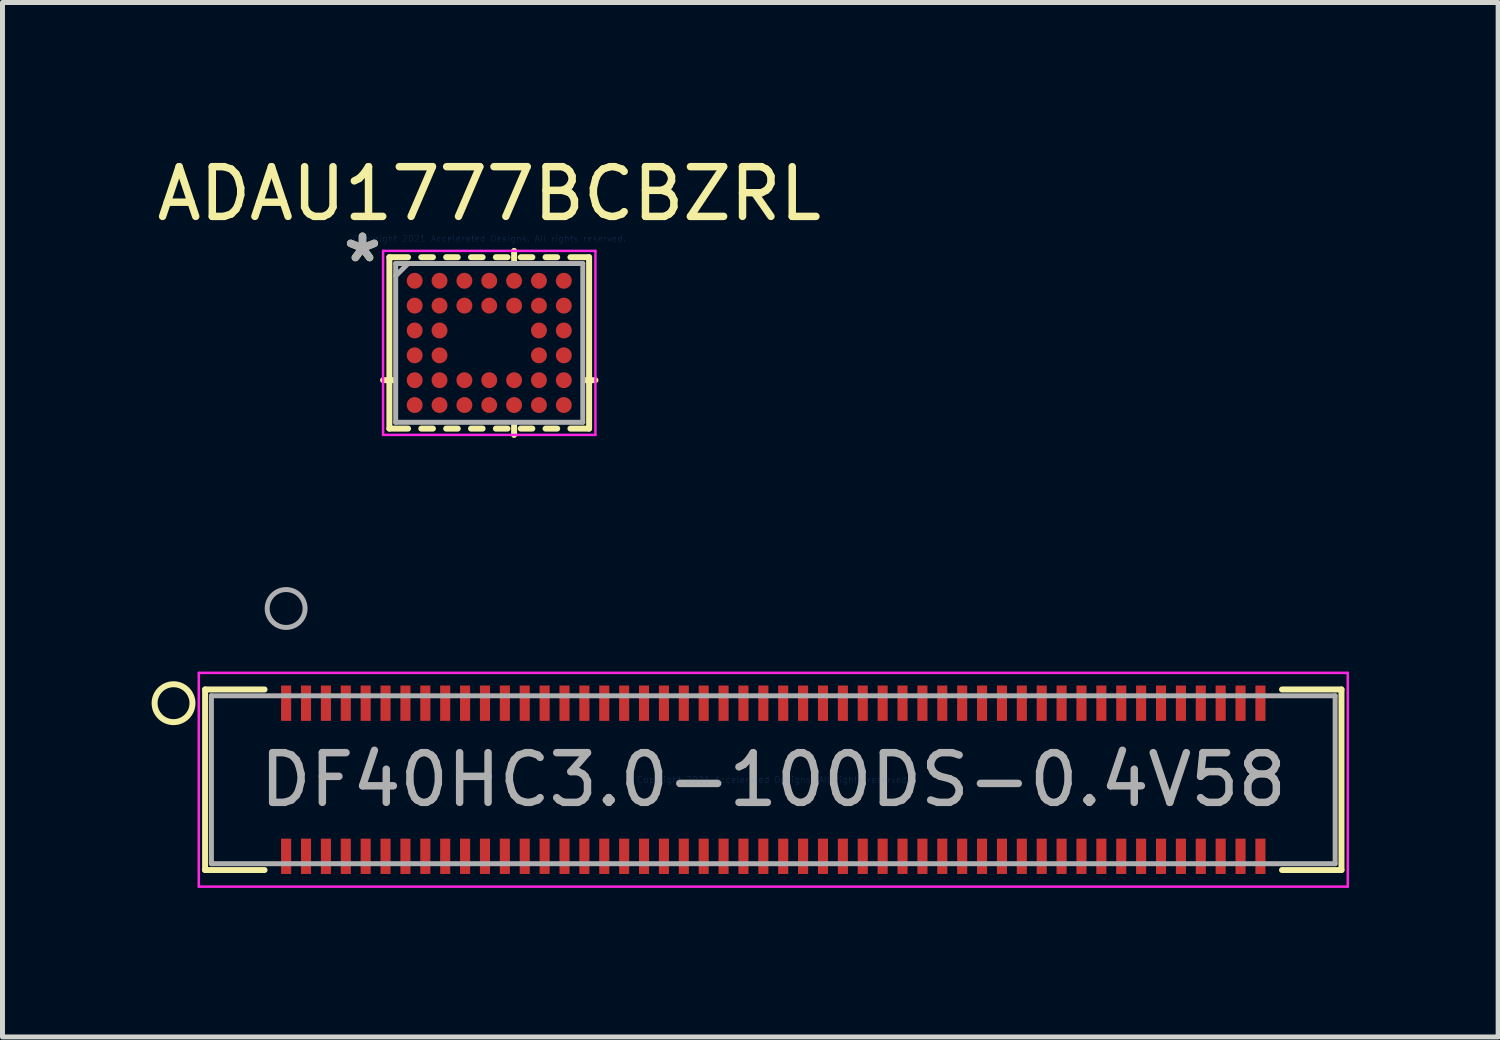
<source format=kicad_pcb>
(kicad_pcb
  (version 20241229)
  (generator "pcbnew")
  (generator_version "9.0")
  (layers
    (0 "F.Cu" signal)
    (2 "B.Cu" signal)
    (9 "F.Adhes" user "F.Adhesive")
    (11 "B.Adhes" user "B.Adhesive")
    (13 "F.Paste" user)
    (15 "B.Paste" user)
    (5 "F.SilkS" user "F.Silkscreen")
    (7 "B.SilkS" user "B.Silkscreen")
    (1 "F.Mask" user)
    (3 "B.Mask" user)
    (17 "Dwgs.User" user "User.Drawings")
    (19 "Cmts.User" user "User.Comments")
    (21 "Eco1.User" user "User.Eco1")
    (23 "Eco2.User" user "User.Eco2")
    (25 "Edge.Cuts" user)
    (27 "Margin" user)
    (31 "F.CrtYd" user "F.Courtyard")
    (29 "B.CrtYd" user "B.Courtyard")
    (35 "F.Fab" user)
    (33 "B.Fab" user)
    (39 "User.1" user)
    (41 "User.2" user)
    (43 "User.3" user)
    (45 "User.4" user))
  (footprint "DF40HC3.0-100DS-0.4V58"
    (layer "F.Cu")
    (at 12.506 12.636)
    (property "Reference" "DF40HC3.0-100DS-0.4V58" (at 0 0 0) (layer "F.Fab") (effects (font (size 1 1) (thickness 0.15))))
    (attr through_hole)
    (fp_line (start -11.43 -1.816) (end -11.43 1.816) (stroke (width 0.12) (type solid)) (layer "F.SilkS"))
    (fp_line (start -11.43 1.816) (end -10.234 1.816) (stroke (width 0.12) (type solid)) (layer "F.SilkS"))
    (fp_line (start -10.234 -1.816) (end -11.43 -1.816) (stroke (width 0.12) (type solid)) (layer "F.SilkS"))
    (fp_line (start 10.234 1.816) (end 11.43 1.816) (stroke (width 0.12) (type solid)) (layer "F.SilkS"))
    (fp_line (start 11.43 -1.816) (end 10.234 -1.816) (stroke (width 0.12) (type solid)) (layer "F.SilkS"))
    (fp_line (start 11.43 1.816) (end 11.43 -1.816) (stroke (width 0.12) (type solid)) (layer "F.SilkS"))
    (fp_circle (center -12.065 -1.54) (end -11.684 -1.54) (stroke (width 0.12) (type solid)) (fill no) (layer "F.SilkS"))
    (fp_line (start -11.557 -2.15) (end -11.557 2.15) (stroke (width 0.05) (type solid)) (layer "F.CrtYd"))
    (fp_line (start -11.557 2.15) (end 11.557 2.15) (stroke (width 0.05) (type solid)) (layer "F.CrtYd"))
    (fp_line (start 11.557 -2.15) (end -11.557 -2.15) (stroke (width 0.05) (type solid)) (layer "F.CrtYd"))
    (fp_line (start 11.557 2.15) (end 11.557 -2.15) (stroke (width 0.05) (type solid)) (layer "F.CrtYd"))
    (fp_line (start -11.303 -1.689) (end -11.303 1.689) (stroke (width 0.1) (type solid)) (layer "F.Fab"))
    (fp_line (start -11.303 1.689) (end 11.303 1.689) (stroke (width 0.1) (type solid)) (layer "F.Fab"))
    (fp_line (start 11.303 -1.689) (end -11.303 -1.689) (stroke (width 0.1) (type solid)) (layer "F.Fab"))
    (fp_line (start 11.303 1.689) (end 11.303 -1.689) (stroke (width 0.1) (type solid)) (layer "F.Fab"))
    (fp_circle (center -9.8 -3.445) (end -9.419 -3.445) (stroke (width 0.1) (type solid)) (fill no) (layer "F.Fab"))
    (fp_text user "Copyright 2021 Accelerated Designs. All rights reserved." (at 0 0 0) (layer "Cmts.User") (effects (font (size 0.127 0.127) (thickness 0.002))))
    (pad "1" smd rect (at -9.8 -1.54) (size 0.203 0.711) (layers "F.Cu" "F.Mask" "F.Paste"))
    (pad "2" smd rect (at -9.8 1.54) (size 0.203 0.711) (layers "F.Cu" "F.Mask" "F.Paste"))
    (pad "3" smd rect (at -9.4 -1.54) (size 0.203 0.711) (layers "F.Cu" "F.Mask" "F.Paste"))
    (pad "4" smd rect (at -9.4 1.54) (size 0.203 0.711) (layers "F.Cu" "F.Mask" "F.Paste"))
    (pad "5" smd rect (at -9 -1.54) (size 0.203 0.711) (layers "F.Cu" "F.Mask" "F.Paste"))
    (pad "6" smd rect (at -9 1.54) (size 0.203 0.711) (layers "F.Cu" "F.Mask" "F.Paste"))
    (pad "7" smd rect (at -8.6 -1.54) (size 0.203 0.711) (layers "F.Cu" "F.Mask" "F.Paste"))
    (pad "8" smd rect (at -8.6 1.54) (size 0.203 0.711) (layers "F.Cu" "F.Mask" "F.Paste"))
    (pad "9" smd rect (at -8.2 -1.54) (size 0.203 0.711) (layers "F.Cu" "F.Mask" "F.Paste"))
    (pad "10" smd rect (at -8.2 1.54) (size 0.203 0.711) (layers "F.Cu" "F.Mask" "F.Paste"))
    (pad "11" smd rect (at -7.8 -1.54) (size 0.203 0.711) (layers "F.Cu" "F.Mask" "F.Paste"))
    (pad "12" smd rect (at -7.8 1.54) (size 0.203 0.711) (layers "F.Cu" "F.Mask" "F.Paste"))
    (pad "13" smd rect (at -7.4 -1.54) (size 0.203 0.711) (layers "F.Cu" "F.Mask" "F.Paste"))
    (pad "14" smd rect (at -7.4 1.54) (size 0.203 0.711) (layers "F.Cu" "F.Mask" "F.Paste"))
    (pad "15" smd rect (at -7 -1.54) (size 0.203 0.711) (layers "F.Cu" "F.Mask" "F.Paste"))
    (pad "16" smd rect (at -7 1.54) (size 0.203 0.711) (layers "F.Cu" "F.Mask" "F.Paste"))
    (pad "17" smd rect (at -6.6 -1.54) (size 0.203 0.711) (layers "F.Cu" "F.Mask" "F.Paste"))
    (pad "18" smd rect (at -6.6 1.54) (size 0.203 0.711) (layers "F.Cu" "F.Mask" "F.Paste"))
    (pad "19" smd rect (at -6.2 -1.54) (size 0.203 0.711) (layers "F.Cu" "F.Mask" "F.Paste"))
    (pad "20" smd rect (at -6.2 1.54) (size 0.203 0.711) (layers "F.Cu" "F.Mask" "F.Paste"))
    (pad "21" smd rect (at -5.8 -1.54) (size 0.203 0.711) (layers "F.Cu" "F.Mask" "F.Paste"))
    (pad "22" smd rect (at -5.8 1.54) (size 0.203 0.711) (layers "F.Cu" "F.Mask" "F.Paste"))
    (pad "23" smd rect (at -5.4 -1.54) (size 0.203 0.711) (layers "F.Cu" "F.Mask" "F.Paste"))
    (pad "24" smd rect (at -5.4 1.54) (size 0.203 0.711) (layers "F.Cu" "F.Mask" "F.Paste"))
    (pad "25" smd rect (at -5 -1.54) (size 0.203 0.711) (layers "F.Cu" "F.Mask" "F.Paste"))
    (pad "26" smd rect (at -5 1.54) (size 0.203 0.711) (layers "F.Cu" "F.Mask" "F.Paste"))
    (pad "27" smd rect (at -4.6 -1.54) (size 0.203 0.711) (layers "F.Cu" "F.Mask" "F.Paste"))
    (pad "28" smd rect (at -4.6 1.54) (size 0.203 0.711) (layers "F.Cu" "F.Mask" "F.Paste"))
    (pad "29" smd rect (at -4.2 -1.54) (size 0.203 0.711) (layers "F.Cu" "F.Mask" "F.Paste"))
    (pad "30" smd rect (at -4.2 1.54) (size 0.203 0.711) (layers "F.Cu" "F.Mask" "F.Paste"))
    (pad "31" smd rect (at -3.8 -1.54) (size 0.203 0.711) (layers "F.Cu" "F.Mask" "F.Paste"))
    (pad "32" smd rect (at -3.8 1.54) (size 0.203 0.711) (layers "F.Cu" "F.Mask" "F.Paste"))
    (pad "33" smd rect (at -3.4 -1.54) (size 0.203 0.711) (layers "F.Cu" "F.Mask" "F.Paste"))
    (pad "34" smd rect (at -3.4 1.54) (size 0.203 0.711) (layers "F.Cu" "F.Mask" "F.Paste"))
    (pad "35" smd rect (at -3 -1.54) (size 0.203 0.711) (layers "F.Cu" "F.Mask" "F.Paste"))
    (pad "36" smd rect (at -3 1.54) (size 0.203 0.711) (layers "F.Cu" "F.Mask" "F.Paste"))
    (pad "37" smd rect (at -2.6 -1.54) (size 0.203 0.711) (layers "F.Cu" "F.Mask" "F.Paste"))
    (pad "38" smd rect (at -2.6 1.54) (size 0.203 0.711) (layers "F.Cu" "F.Mask" "F.Paste"))
    (pad "39" smd rect (at -2.2 -1.54) (size 0.203 0.711) (layers "F.Cu" "F.Mask" "F.Paste"))
    (pad "40" smd rect (at -2.2 1.54) (size 0.203 0.711) (layers "F.Cu" "F.Mask" "F.Paste"))
    (pad "41" smd rect (at -1.8 -1.54) (size 0.203 0.711) (layers "F.Cu" "F.Mask" "F.Paste"))
    (pad "42" smd rect (at -1.8 1.54) (size 0.203 0.711) (layers "F.Cu" "F.Mask" "F.Paste"))
    (pad "43" smd rect (at -1.4 -1.54) (size 0.203 0.711) (layers "F.Cu" "F.Mask" "F.Paste"))
    (pad "44" smd rect (at -1.4 1.54) (size 0.203 0.711) (layers "F.Cu" "F.Mask" "F.Paste"))
    (pad "45" smd rect (at -1 -1.54) (size 0.203 0.711) (layers "F.Cu" "F.Mask" "F.Paste"))
    (pad "46" smd rect (at -1 1.54) (size 0.203 0.711) (layers "F.Cu" "F.Mask" "F.Paste"))
    (pad "47" smd rect (at -0.6 -1.54) (size 0.203 0.711) (layers "F.Cu" "F.Mask" "F.Paste"))
    (pad "48" smd rect (at -0.6 1.54) (size 0.203 0.711) (layers "F.Cu" "F.Mask" "F.Paste"))
    (pad "49" smd rect (at -0.2 -1.54) (size 0.203 0.711) (layers "F.Cu" "F.Mask" "F.Paste"))
    (pad "50" smd rect (at -0.2 1.54) (size 0.203 0.711) (layers "F.Cu" "F.Mask" "F.Paste"))
    (pad "51" smd rect (at 0.2 -1.54) (size 0.203 0.711) (layers "F.Cu" "F.Mask" "F.Paste"))
    (pad "52" smd rect (at 0.2 1.54) (size 0.203 0.711) (layers "F.Cu" "F.Mask" "F.Paste"))
    (pad "53" smd rect (at 0.6 -1.54) (size 0.203 0.711) (layers "F.Cu" "F.Mask" "F.Paste"))
    (pad "54" smd rect (at 0.6 1.54) (size 0.203 0.711) (layers "F.Cu" "F.Mask" "F.Paste"))
    (pad "55" smd rect (at 1 -1.54) (size 0.203 0.711) (layers "F.Cu" "F.Mask" "F.Paste"))
    (pad "56" smd rect (at 1 1.54) (size 0.203 0.711) (layers "F.Cu" "F.Mask" "F.Paste"))
    (pad "57" smd rect (at 1.4 -1.54) (size 0.203 0.711) (layers "F.Cu" "F.Mask" "F.Paste"))
    (pad "58" smd rect (at 1.4 1.54) (size 0.203 0.711) (layers "F.Cu" "F.Mask" "F.Paste"))
    (pad "59" smd rect (at 1.8 -1.54) (size 0.203 0.711) (layers "F.Cu" "F.Mask" "F.Paste"))
    (pad "60" smd rect (at 1.8 1.54) (size 0.203 0.711) (layers "F.Cu" "F.Mask" "F.Paste"))
    (pad "61" smd rect (at 2.2 -1.54) (size 0.203 0.711) (layers "F.Cu" "F.Mask" "F.Paste"))
    (pad "62" smd rect (at 2.2 1.54) (size 0.203 0.711) (layers "F.Cu" "F.Mask" "F.Paste"))
    (pad "63" smd rect (at 2.6 -1.54) (size 0.203 0.711) (layers "F.Cu" "F.Mask" "F.Paste"))
    (pad "64" smd rect (at 2.6 1.54) (size 0.203 0.711) (layers "F.Cu" "F.Mask" "F.Paste"))
    (pad "65" smd rect (at 3 -1.54) (size 0.203 0.711) (layers "F.Cu" "F.Mask" "F.Paste"))
    (pad "66" smd rect (at 3 1.54) (size 0.203 0.711) (layers "F.Cu" "F.Mask" "F.Paste"))
    (pad "67" smd rect (at 3.4 -1.54) (size 0.203 0.711) (layers "F.Cu" "F.Mask" "F.Paste"))
    (pad "68" smd rect (at 3.4 1.54) (size 0.203 0.711) (layers "F.Cu" "F.Mask" "F.Paste"))
    (pad "69" smd rect (at 3.8 -1.54) (size 0.203 0.711) (layers "F.Cu" "F.Mask" "F.Paste"))
    (pad "70" smd rect (at 3.8 1.54) (size 0.203 0.711) (layers "F.Cu" "F.Mask" "F.Paste"))
    (pad "71" smd rect (at 4.2 -1.54) (size 0.203 0.711) (layers "F.Cu" "F.Mask" "F.Paste"))
    (pad "72" smd rect (at 4.2 1.54) (size 0.203 0.711) (layers "F.Cu" "F.Mask" "F.Paste"))
    (pad "73" smd rect (at 4.6 -1.54) (size 0.203 0.711) (layers "F.Cu" "F.Mask" "F.Paste"))
    (pad "74" smd rect (at 4.6 1.54) (size 0.203 0.711) (layers "F.Cu" "F.Mask" "F.Paste"))
    (pad "75" smd rect (at 5 -1.54) (size 0.203 0.711) (layers "F.Cu" "F.Mask" "F.Paste"))
    (pad "76" smd rect (at 5 1.54) (size 0.203 0.711) (layers "F.Cu" "F.Mask" "F.Paste"))
    (pad "77" smd rect (at 5.4 -1.54) (size 0.203 0.711) (layers "F.Cu" "F.Mask" "F.Paste"))
    (pad "78" smd rect (at 5.4 1.54) (size 0.203 0.711) (layers "F.Cu" "F.Mask" "F.Paste"))
    (pad "79" smd rect (at 5.8 -1.54) (size 0.203 0.711) (layers "F.Cu" "F.Mask" "F.Paste"))
    (pad "80" smd rect (at 5.8 1.54) (size 0.203 0.711) (layers "F.Cu" "F.Mask" "F.Paste"))
    (pad "81" smd rect (at 6.2 -1.54) (size 0.203 0.711) (layers "F.Cu" "F.Mask" "F.Paste"))
    (pad "82" smd rect (at 6.2 1.54) (size 0.203 0.711) (layers "F.Cu" "F.Mask" "F.Paste"))
    (pad "83" smd rect (at 6.6 -1.54) (size 0.203 0.711) (layers "F.Cu" "F.Mask" "F.Paste"))
    (pad "84" smd rect (at 6.6 1.54) (size 0.203 0.711) (layers "F.Cu" "F.Mask" "F.Paste"))
    (pad "85" smd rect (at 7 -1.54) (size 0.203 0.711) (layers "F.Cu" "F.Mask" "F.Paste"))
    (pad "86" smd rect (at 7 1.54) (size 0.203 0.711) (layers "F.Cu" "F.Mask" "F.Paste"))
    (pad "87" smd rect (at 7.4 -1.54) (size 0.203 0.711) (layers "F.Cu" "F.Mask" "F.Paste"))
    (pad "88" smd rect (at 7.4 1.54) (size 0.203 0.711) (layers "F.Cu" "F.Mask" "F.Paste"))
    (pad "89" smd rect (at 7.8 -1.54) (size 0.203 0.711) (layers "F.Cu" "F.Mask" "F.Paste"))
    (pad "90" smd rect (at 7.8 1.54) (size 0.203 0.711) (layers "F.Cu" "F.Mask" "F.Paste"))
    (pad "91" smd rect (at 8.2 -1.54) (size 0.203 0.711) (layers "F.Cu" "F.Mask" "F.Paste"))
    (pad "92" smd rect (at 8.2 1.54) (size 0.203 0.711) (layers "F.Cu" "F.Mask" "F.Paste"))
    (pad "93" smd rect (at 8.6 -1.54) (size 0.203 0.711) (layers "F.Cu" "F.Mask" "F.Paste"))
    (pad "94" smd rect (at 8.6 1.54) (size 0.203 0.711) (layers "F.Cu" "F.Mask" "F.Paste"))
    (pad "95" smd rect (at 9 -1.54) (size 0.203 0.711) (layers "F.Cu" "F.Mask" "F.Paste"))
    (pad "96" smd rect (at 9 1.54) (size 0.203 0.711) (layers "F.Cu" "F.Mask" "F.Paste"))
    (pad "97" smd rect (at 9.4 -1.54) (size 0.203 0.711) (layers "F.Cu" "F.Mask" "F.Paste"))
    (pad "98" smd rect (at 9.4 1.54) (size 0.203 0.711) (layers "F.Cu" "F.Mask" "F.Paste"))
    (pad "99" smd rect (at 9.8 -1.54) (size 0.203 0.711) (layers "F.Cu" "F.Mask" "F.Paste"))
    (pad "100" smd rect (at 9.8 1.54) (size 0.203 0.711) (layers "F.Cu" "F.Mask" "F.Paste")))
  (footprint "ADAU1777BCBZRL"
    (layer "F.Cu")
    (at 6.792 3.848)
    (property "Reference" "ADAU1777BCBZRL" (at 0 -3 0) (layer "F.SilkS") (effects (font (size 1 1) (thickness 0.15))))
    (attr through_hole)
    (fp_line (start -2.009 -1.724) (end -2.009 1.724) (stroke (width 0.12) (type solid)) (layer "F.SilkS"))
    (fp_line (start -2.009 1.724) (end -1.633 1.724) (stroke (width 0.12) (type solid)) (layer "F.SilkS"))
    (fp_line (start -1.917 0.75) (end -2.136 0.75) (stroke (width 0.12) (type solid)) (layer "F.SilkS"))
    (fp_line (start -1.633 -1.724) (end -2.009 -1.724) (stroke (width 0.12) (type solid)) (layer "F.SilkS"))
    (fp_line (start -1.367 1.724) (end -1.133 1.724) (stroke (width 0.12) (type solid)) (layer "F.SilkS"))
    (fp_line (start -1.133 -1.724) (end -1.367 -1.724) (stroke (width 0.12) (type solid)) (layer "F.SilkS"))
    (fp_line (start -0.867 1.724) (end -0.633 1.724) (stroke (width 0.12) (type solid)) (layer "F.SilkS"))
    (fp_line (start -0.633 -1.724) (end -0.867 -1.724) (stroke (width 0.12) (type solid)) (layer "F.SilkS"))
    (fp_line (start -0.367 1.724) (end -0.133 1.724) (stroke (width 0.12) (type solid)) (layer "F.SilkS"))
    (fp_line (start -0.133 -1.724) (end -0.367 -1.724) (stroke (width 0.12) (type solid)) (layer "F.SilkS"))
    (fp_line (start 0.133 1.724) (end 0.367 1.724) (stroke (width 0.12) (type solid)) (layer "F.SilkS"))
    (fp_line (start 0.367 -1.724) (end 0.133 -1.724) (stroke (width 0.12) (type solid)) (layer "F.SilkS"))
    (fp_line (start 0.5 -1.667) (end 0.5 -1.851) (stroke (width 0.12) (type solid)) (layer "F.SilkS"))
    (fp_line (start 0.5 1.667) (end 0.5 1.851) (stroke (width 0.12) (type solid)) (layer "F.SilkS"))
    (fp_line (start 0.633 1.724) (end 0.867 1.724) (stroke (width 0.12) (type solid)) (layer "F.SilkS"))
    (fp_line (start 0.867 -1.724) (end 0.633 -1.724) (stroke (width 0.12) (type solid)) (layer "F.SilkS"))
    (fp_line (start 1.133 1.724) (end 1.367 1.724) (stroke (width 0.12) (type solid)) (layer "F.SilkS"))
    (fp_line (start 1.367 -1.724) (end 1.133 -1.724) (stroke (width 0.12) (type solid)) (layer "F.SilkS"))
    (fp_line (start 1.633 1.724) (end 2.009 1.724) (stroke (width 0.12) (type solid)) (layer "F.SilkS"))
    (fp_line (start 1.917 0.75) (end 2.136 0.75) (stroke (width 0.12) (type solid)) (layer "F.SilkS"))
    (fp_line (start 2.009 -1.724) (end 1.633 -1.724) (stroke (width 0.12) (type solid)) (layer "F.SilkS"))
    (fp_line (start 2.009 1.724) (end 2.009 -1.724) (stroke (width 0.12) (type solid)) (layer "F.SilkS"))
    (fp_line (start -2.136 -1.851) (end 2.136 -1.851) (stroke (width 0.05) (type solid)) (layer "F.CrtYd"))
    (fp_line (start -2.136 1.851) (end -2.136 -1.851) (stroke (width 0.05) (type solid)) (layer "F.CrtYd"))
    (fp_line (start 2.136 -1.851) (end 2.136 1.851) (stroke (width 0.05) (type solid)) (layer "F.CrtYd"))
    (fp_line (start 2.136 1.851) (end -2.136 1.851) (stroke (width 0.05) (type solid)) (layer "F.CrtYd"))
    (fp_line (start -1.882 -1.597) (end -1.882 1.597) (stroke (width 0.1) (type solid)) (layer "F.Fab"))
    (fp_line (start -1.882 1.597) (end 1.882 1.597) (stroke (width 0.1) (type solid)) (layer "F.Fab"))
    (fp_line (start -1.632 -1.597) (end -1.882 -1.347) (stroke (width 0.1) (type solid)) (layer "F.Fab"))
    (fp_line (start 1.882 -1.597) (end -1.882 -1.597) (stroke (width 0.1) (type solid)) (layer "F.Fab"))
    (fp_line (start 1.882 1.597) (end 1.882 -1.597) (stroke (width 0.1) (type solid)) (layer "F.Fab"))
    (fp_text user "*" (at -2.55 -1.6 0) (layer "F.SilkS") (effects (font (size 1 1) (thickness 0.15))))
    (fp_text user "Copyright 2021 Accelerated Designs. All rights reserved." (at 0 -2.1 0) (layer "Cmts.User") (effects (font (size 0.127 0.127) (thickness 0.002))))
    (fp_text user "*" (at -2.55 -1.6 0) (layer "F.Fab") (effects (font (size 1 1) (thickness 0.15))))
    (pad "A1" smd circle (at -1.5 -1.25) (size 0.32 0.32) (layers "F.Cu" "F.Mask" "F.Paste"))
    (pad "A2" smd circle (at -1 -1.25) (size 0.32 0.32) (layers "F.Cu" "F.Mask" "F.Paste"))
    (pad "A3" smd circle (at -0.5 -1.25) (size 0.32 0.32) (layers "F.Cu" "F.Mask" "F.Paste"))
    (pad "A4" smd circle (at 0 -1.25) (size 0.32 0.32) (layers "F.Cu" "F.Mask" "F.Paste"))
    (pad "A5" smd circle (at 0.5 -1.25) (size 0.32 0.32) (layers "F.Cu" "F.Mask" "F.Paste"))
    (pad "A6" smd circle (at 1 -1.25) (size 0.32 0.32) (layers "F.Cu" "F.Mask" "F.Paste"))
    (pad "A7" smd circle (at 1.5 -1.25) (size 0.32 0.32) (layers "F.Cu" "F.Mask" "F.Paste"))
    (pad "B1" smd circle (at -1.5 -0.75) (size 0.32 0.32) (layers "F.Cu" "F.Mask" "F.Paste"))
    (pad "B2" smd circle (at -1 -0.75) (size 0.32 0.32) (layers "F.Cu" "F.Mask" "F.Paste"))
    (pad "B3" smd circle (at -0.5 -0.75) (size 0.32 0.32) (layers "F.Cu" "F.Mask" "F.Paste"))
    (pad "B4" smd circle (at 0 -0.75) (size 0.32 0.32) (layers "F.Cu" "F.Mask" "F.Paste"))
    (pad "B5" smd circle (at 0.5 -0.75) (size 0.32 0.32) (layers "F.Cu" "F.Mask" "F.Paste"))
    (pad "B6" smd circle (at 1 -0.75) (size 0.32 0.32) (layers "F.Cu" "F.Mask" "F.Paste"))
    (pad "B7" smd circle (at 1.5 -0.75) (size 0.32 0.32) (layers "F.Cu" "F.Mask" "F.Paste"))
    (pad "C1" smd circle (at -1.5 -0.25) (size 0.32 0.32) (layers "F.Cu" "F.Mask" "F.Paste"))
    (pad "C2" smd circle (at -1 -0.25) (size 0.32 0.32) (layers "F.Cu" "F.Mask" "F.Paste"))
    (pad "C6" smd circle (at 1 -0.25) (size 0.32 0.32) (layers "F.Cu" "F.Mask" "F.Paste"))
    (pad "C7" smd circle (at 1.5 -0.25) (size 0.32 0.32) (layers "F.Cu" "F.Mask" "F.Paste"))
    (pad "D1" smd circle (at -1.5 0.25) (size 0.32 0.32) (layers "F.Cu" "F.Mask" "F.Paste"))
    (pad "D2" smd circle (at -1 0.25) (size 0.32 0.32) (layers "F.Cu" "F.Mask" "F.Paste"))
    (pad "D6" smd circle (at 1 0.25) (size 0.32 0.32) (layers "F.Cu" "F.Mask" "F.Paste"))
    (pad "D7" smd circle (at 1.5 0.25) (size 0.32 0.32) (layers "F.Cu" "F.Mask" "F.Paste"))
    (pad "E1" smd circle (at -1.5 0.75) (size 0.32 0.32) (layers "F.Cu" "F.Mask" "F.Paste"))
    (pad "E2" smd circle (at -1 0.75) (size 0.32 0.32) (layers "F.Cu" "F.Mask" "F.Paste"))
    (pad "E3" smd circle (at -0.5 0.75) (size 0.32 0.32) (layers "F.Cu" "F.Mask" "F.Paste"))
    (pad "E4" smd circle (at 0 0.75) (size 0.32 0.32) (layers "F.Cu" "F.Mask" "F.Paste"))
    (pad "E5" smd circle (at 0.5 0.75) (size 0.32 0.32) (layers "F.Cu" "F.Mask" "F.Paste"))
    (pad "E6" smd circle (at 1 0.75) (size 0.32 0.32) (layers "F.Cu" "F.Mask" "F.Paste"))
    (pad "E7" smd circle (at 1.5 0.75) (size 0.32 0.32) (layers "F.Cu" "F.Mask" "F.Paste"))
    (pad "F1" smd circle (at -1.5 1.25) (size 0.32 0.32) (layers "F.Cu" "F.Mask" "F.Paste"))
    (pad "F2" smd circle (at -1 1.25) (size 0.32 0.32) (layers "F.Cu" "F.Mask" "F.Paste"))
    (pad "F3" smd circle (at -0.5 1.25) (size 0.32 0.32) (layers "F.Cu" "F.Mask" "F.Paste"))
    (pad "F4" smd circle (at 0 1.25) (size 0.32 0.32) (layers "F.Cu" "F.Mask" "F.Paste"))
    (pad "F5" smd circle (at 0.5 1.25) (size 0.32 0.32) (layers "F.Cu" "F.Mask" "F.Paste"))
    (pad "F6" smd circle (at 1 1.25) (size 0.32 0.32) (layers "F.Cu" "F.Mask" "F.Paste"))
    (pad "F7" smd circle (at 1.5 1.25) (size 0.32 0.32) (layers "F.Cu" "F.Mask" "F.Paste")))
  (gr_rect
    (start -3 -3)
    (end 27.088 17.81)
    (stroke (width 0.1) (type default))
    (fill no)
    (layer "Edge.Cuts")))
</source>
